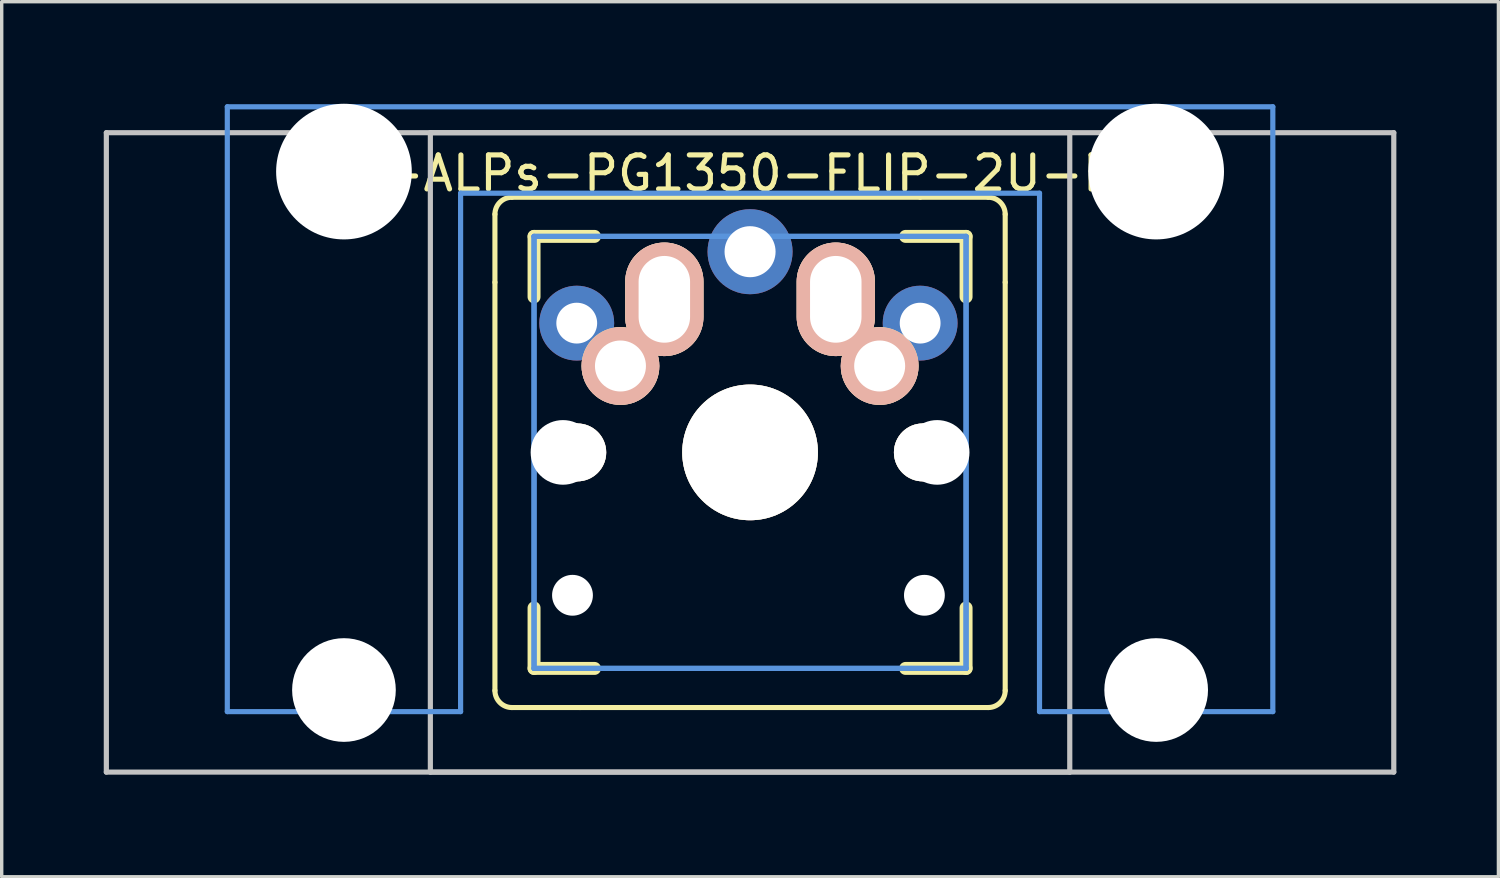
<source format=kicad_pcb>
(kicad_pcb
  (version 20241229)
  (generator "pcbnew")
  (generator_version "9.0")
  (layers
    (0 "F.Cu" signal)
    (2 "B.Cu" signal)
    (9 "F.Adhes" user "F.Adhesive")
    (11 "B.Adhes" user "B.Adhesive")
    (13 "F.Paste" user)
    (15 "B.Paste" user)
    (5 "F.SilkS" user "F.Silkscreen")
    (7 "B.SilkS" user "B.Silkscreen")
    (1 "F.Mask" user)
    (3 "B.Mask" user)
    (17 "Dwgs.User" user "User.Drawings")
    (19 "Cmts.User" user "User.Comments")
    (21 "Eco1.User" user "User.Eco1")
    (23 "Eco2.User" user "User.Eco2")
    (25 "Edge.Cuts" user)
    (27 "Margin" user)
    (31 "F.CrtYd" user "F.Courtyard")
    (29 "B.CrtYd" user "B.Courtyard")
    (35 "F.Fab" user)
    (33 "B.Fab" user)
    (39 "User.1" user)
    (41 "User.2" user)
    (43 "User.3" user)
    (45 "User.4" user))
  (footprint "MX-ALPs-PG1350-FLIP-2U-FLIP"
    (layer "F.Cu")
    (at 18.999 10.249)
    (property "Reference" "MX-ALPs-PG1350-FLIP-2U-FLIP" (at 0 -8.2 0) (layer "F.SilkS") (effects (font (size 1 1) (thickness 0.15))))
    (attr through_hole)
    (fp_line (start -7.5 -7) (end -7.5 -5) (stroke (width 0.15) (type solid)) (layer "F.SilkS"))
    (fp_line (start -7.5 7) (end -7.5 -5) (stroke (width 0.15) (type solid)) (layer "F.SilkS"))
    (fp_line (start -7 -7.5) (end 5 -7.5) (stroke (width 0.15) (type solid)) (layer "F.SilkS"))
    (fp_line (start -7 7.5) (end -5 7.5) (stroke (width 0.15) (type solid)) (layer "F.SilkS"))
    (fp_line (start -6.35 -6.35) (end -4.572 -6.35) (stroke (width 0.381) (type solid)) (layer "F.SilkS"))
    (fp_line (start -6.35 -4.572) (end -6.35 -6.35) (stroke (width 0.381) (type solid)) (layer "F.SilkS"))
    (fp_line (start -6.35 6.35) (end -6.35 4.572) (stroke (width 0.381) (type solid)) (layer "F.SilkS"))
    (fp_line (start -4.572 6.35) (end -6.35 6.35) (stroke (width 0.381) (type solid)) (layer "F.SilkS"))
    (fp_line (start 4.572 -6.35) (end 6.35 -6.35) (stroke (width 0.381) (type solid)) (layer "F.SilkS"))
    (fp_line (start 6.35 -6.35) (end 6.35 -4.572) (stroke (width 0.381) (type solid)) (layer "F.SilkS"))
    (fp_line (start 6.35 4.572) (end 6.35 6.35) (stroke (width 0.381) (type solid)) (layer "F.SilkS"))
    (fp_line (start 6.35 6.35) (end 4.572 6.35) (stroke (width 0.381) (type solid)) (layer "F.SilkS"))
    (fp_line (start 7 -7.5) (end 5 -7.5) (stroke (width 0.15) (type solid)) (layer "F.SilkS"))
    (fp_line (start 7 7.5) (end -5 7.5) (stroke (width 0.15) (type solid)) (layer "F.SilkS"))
    (fp_line (start 7.5 -7) (end 7.5 -5) (stroke (width 0.15) (type solid)) (layer "F.SilkS"))
    (fp_line (start 7.5 7) (end 7.5 -5) (stroke (width 0.15) (type solid)) (layer "F.SilkS"))
    (fp_arc (start -7.5 -7) (mid -7.353553 -7.353553) (end -7 -7.5) (stroke (width 0.15) (type solid)) (layer "F.SilkS"))
    (fp_arc (start -7 7.5) (mid -7.353553 7.353553) (end -7.5 7) (stroke (width 0.15) (type solid)) (layer "F.SilkS"))
    (fp_arc (start 7 -7.5) (mid 7.353553 -7.353553) (end 7.5 -7) (stroke (width 0.15) (type solid)) (layer "F.SilkS"))
    (fp_arc (start 7.5 7) (mid 7.353553 7.353553) (end 7 7.5) (stroke (width 0.15) (type solid)) (layer "F.SilkS"))
    (fp_line (start -18.923 -9.398) (end 18.923 -9.398) (stroke (width 0.152) (type solid)) (layer "Dwgs.User"))
    (fp_line (start -18.923 9.398) (end -18.923 -9.398) (stroke (width 0.152) (type solid)) (layer "Dwgs.User"))
    (fp_line (start -9.398 -9.398) (end 9.398 -9.398) (stroke (width 0.152) (type solid)) (layer "Dwgs.User"))
    (fp_line (start -9.398 9.398) (end -9.398 -9.398) (stroke (width 0.152) (type solid)) (layer "Dwgs.User"))
    (fp_line (start 9.398 -9.398) (end 9.398 9.398) (stroke (width 0.152) (type solid)) (layer "Dwgs.User"))
    (fp_line (start 9.398 9.398) (end -9.398 9.398) (stroke (width 0.152) (type solid)) (layer "Dwgs.User"))
    (fp_line (start 18.923 -9.398) (end 18.923 9.398) (stroke (width 0.152) (type solid)) (layer "Dwgs.User"))
    (fp_line (start 18.923 9.398) (end -18.923 9.398) (stroke (width 0.152) (type solid)) (layer "Dwgs.User"))
    (fp_line (start -15.367 -10.16) (end -15.367 7.62) (stroke (width 0.152) (type solid)) (layer "Cmts.User"))
    (fp_line (start -15.367 7.62) (end -8.509 7.62) (stroke (width 0.152) (type solid)) (layer "Cmts.User"))
    (fp_line (start -8.509 -7.62) (end 8.509 -7.62) (stroke (width 0.152) (type solid)) (layer "Cmts.User"))
    (fp_line (start -8.509 7.62) (end -8.509 -7.62) (stroke (width 0.152) (type solid)) (layer "Cmts.User"))
    (fp_line (start -6.35 -6.35) (end 6.35 -6.35) (stroke (width 0.152) (type solid)) (layer "Cmts.User"))
    (fp_line (start -6.35 -6.35) (end 6.35 -6.35) (stroke (width 0.152) (type solid)) (layer "Cmts.User"))
    (fp_line (start -6.35 6.35) (end -6.35 -6.35) (stroke (width 0.152) (type solid)) (layer "Cmts.User"))
    (fp_line (start -6.35 6.35) (end -6.35 -6.35) (stroke (width 0.152) (type solid)) (layer "Cmts.User"))
    (fp_line (start 6.35 -6.35) (end 6.35 6.35) (stroke (width 0.152) (type solid)) (layer "Cmts.User"))
    (fp_line (start 6.35 -6.35) (end 6.35 6.35) (stroke (width 0.152) (type solid)) (layer "Cmts.User"))
    (fp_line (start 6.35 6.35) (end -6.35 6.35) (stroke (width 0.152) (type solid)) (layer "Cmts.User"))
    (fp_line (start 6.35 6.35) (end -6.35 6.35) (stroke (width 0.152) (type solid)) (layer "Cmts.User"))
    (fp_line (start 8.509 -7.62) (end 8.509 7.62) (stroke (width 0.152) (type solid)) (layer "Cmts.User"))
    (fp_line (start 8.509 7.62) (end 15.367 7.62) (stroke (width 0.152) (type solid)) (layer "Cmts.User"))
    (fp_line (start 15.367 -10.16) (end -15.367 -10.16) (stroke (width 0.152) (type solid)) (layer "Cmts.User"))
    (fp_line (start 15.367 7.62) (end 15.367 -10.16) (stroke (width 0.152) (type solid)) (layer "Cmts.User"))
    (fp_line (start -16.129 -0.508) (end -15.265 -0.508) (stroke (width 0.152) (type solid)) (layer "Eco2.User"))
    (fp_line (start -16.129 2.286) (end -16.129 -0.508) (stroke (width 0.152) (type solid)) (layer "Eco2.User"))
    (fp_line (start -15.265 -6.604) (end -14.224 -6.604) (stroke (width 0.152) (type solid)) (layer "Eco2.User"))
    (fp_line (start -15.265 -0.508) (end -15.265 -6.604) (stroke (width 0.152) (type solid)) (layer "Eco2.User"))
    (fp_line (start -15.265 2.286) (end -16.129 2.286) (stroke (width 0.152) (type solid)) (layer "Eco2.User"))
    (fp_line (start -15.265 5.69) (end -15.265 2.286) (stroke (width 0.152) (type solid)) (layer "Eco2.User"))
    (fp_line (start -14.224 -7.772) (end -9.652 -7.772) (stroke (width 0.152) (type solid)) (layer "Eco2.User"))
    (fp_line (start -14.224 -6.604) (end -14.224 -7.772) (stroke (width 0.152) (type solid)) (layer "Eco2.User"))
    (fp_line (start -9.652 -7.772) (end -9.652 -6.604) (stroke (width 0.152) (type solid)) (layer "Eco2.User"))
    (fp_line (start -9.652 -6.604) (end -8.611 -6.604) (stroke (width 0.152) (type solid)) (layer "Eco2.User"))
    (fp_line (start -8.611 -6.604) (end -8.611 -5.817) (stroke (width 0.152) (type solid)) (layer "Eco2.User"))
    (fp_line (start -8.611 -5.817) (end -6.985 -5.817) (stroke (width 0.152) (type solid)) (layer "Eco2.User"))
    (fp_line (start -8.611 4.877) (end -8.611 5.69) (stroke (width 0.152) (type solid)) (layer "Eco2.User"))
    (fp_line (start -8.611 5.69) (end -15.265 5.69) (stroke (width 0.152) (type solid)) (layer "Eco2.User"))
    (fp_line (start -7.798 -6.005) (end -6.985 -6.005) (stroke (width 0.152) (type solid)) (layer "Eco2.User"))
    (fp_line (start -7.798 -2.504) (end -7.798 -6.005) (stroke (width 0.152) (type solid)) (layer "Eco2.User"))
    (fp_line (start -7.798 2.504) (end -6.985 2.504) (stroke (width 0.152) (type solid)) (layer "Eco2.User"))
    (fp_line (start -7.798 6.005) (end -7.798 2.504) (stroke (width 0.152) (type solid)) (layer "Eco2.User"))
    (fp_line (start -6.985 -6.985) (end 6.985 -6.985) (stroke (width 0.152) (type solid)) (layer "Eco2.User"))
    (fp_line (start -6.985 -6.985) (end 6.985 -6.985) (stroke (width 0.152) (type solid)) (layer "Eco2.User"))
    (fp_line (start -6.985 -6.005) (end -6.985 -6.985) (stroke (width 0.152) (type solid)) (layer "Eco2.User"))
    (fp_line (start -6.985 -5.817) (end -6.985 -6.985) (stroke (width 0.152) (type solid)) (layer "Eco2.User"))
    (fp_line (start -6.985 -2.504) (end -7.798 -2.504) (stroke (width 0.152) (type solid)) (layer "Eco2.User"))
    (fp_line (start -6.985 2.504) (end -6.985 -2.504) (stroke (width 0.152) (type solid)) (layer "Eco2.User"))
    (fp_line (start -6.985 4.877) (end -8.611 4.877) (stroke (width 0.152) (type solid)) (layer "Eco2.User"))
    (fp_line (start -6.985 6.005) (end -7.798 6.005) (stroke (width 0.152) (type solid)) (layer "Eco2.User"))
    (fp_line (start -6.985 6.985) (end -6.985 4.877) (stroke (width 0.152) (type solid)) (layer "Eco2.User"))
    (fp_line (start -6.985 6.985) (end -6.985 6.005) (stroke (width 0.152) (type solid)) (layer "Eco2.User"))
    (fp_line (start 6.985 -6.985) (end 6.985 -6.005) (stroke (width 0.152) (type solid)) (layer "Eco2.User"))
    (fp_line (start 6.985 -6.985) (end 6.985 -5.817) (stroke (width 0.152) (type solid)) (layer "Eco2.User"))
    (fp_line (start 6.985 -6.005) (end 7.798 -6.005) (stroke (width 0.152) (type solid)) (layer "Eco2.User"))
    (fp_line (start 6.985 -5.817) (end 8.611 -5.817) (stroke (width 0.152) (type solid)) (layer "Eco2.User"))
    (fp_line (start 6.985 -2.504) (end 6.985 2.504) (stroke (width 0.152) (type solid)) (layer "Eco2.User"))
    (fp_line (start 6.985 2.504) (end 7.798 2.504) (stroke (width 0.152) (type solid)) (layer "Eco2.User"))
    (fp_line (start 6.985 4.877) (end 6.985 6.985) (stroke (width 0.152) (type solid)) (layer "Eco2.User"))
    (fp_line (start 6.985 6.005) (end 6.985 6.985) (stroke (width 0.152) (type solid)) (layer "Eco2.User"))
    (fp_line (start 6.985 6.985) (end -6.985 6.985) (stroke (width 0.152) (type solid)) (layer "Eco2.User"))
    (fp_line (start 6.985 6.985) (end -6.985 6.985) (stroke (width 0.152) (type solid)) (layer "Eco2.User"))
    (fp_line (start 7.798 -6.005) (end 7.798 -2.504) (stroke (width 0.152) (type solid)) (layer "Eco2.User"))
    (fp_line (start 7.798 -2.504) (end 6.985 -2.504) (stroke (width 0.152) (type solid)) (layer "Eco2.User"))
    (fp_line (start 7.798 2.504) (end 7.798 6.005) (stroke (width 0.152) (type solid)) (layer "Eco2.User"))
    (fp_line (start 7.798 6.005) (end 6.985 6.005) (stroke (width 0.152) (type solid)) (layer "Eco2.User"))
    (fp_line (start 8.611 -6.604) (end 9.652 -6.604) (stroke (width 0.152) (type solid)) (layer "Eco2.User"))
    (fp_line (start 8.611 -5.817) (end 8.611 -6.604) (stroke (width 0.152) (type solid)) (layer "Eco2.User"))
    (fp_line (start 8.611 4.877) (end 6.985 4.877) (stroke (width 0.152) (type solid)) (layer "Eco2.User"))
    (fp_line (start 8.611 5.69) (end 8.611 4.877) (stroke (width 0.152) (type solid)) (layer "Eco2.User"))
    (fp_line (start 9.652 -7.772) (end 14.224 -7.772) (stroke (width 0.152) (type solid)) (layer "Eco2.User"))
    (fp_line (start 9.652 -6.604) (end 9.652 -7.772) (stroke (width 0.152) (type solid)) (layer "Eco2.User"))
    (fp_line (start 14.224 -7.772) (end 14.224 -6.604) (stroke (width 0.152) (type solid)) (layer "Eco2.User"))
    (fp_line (start 14.224 -6.604) (end 15.265 -6.604) (stroke (width 0.152) (type solid)) (layer "Eco2.User"))
    (fp_line (start 15.265 -6.604) (end 15.265 -0.508) (stroke (width 0.152) (type solid)) (layer "Eco2.User"))
    (fp_line (start 15.265 -0.508) (end 16.129 -0.508) (stroke (width 0.152) (type solid)) (layer "Eco2.User"))
    (fp_line (start 15.265 2.286) (end 15.265 5.69) (stroke (width 0.152) (type solid)) (layer "Eco2.User"))
    (fp_line (start 15.265 5.69) (end 8.611 5.69) (stroke (width 0.152) (type solid)) (layer "Eco2.User"))
    (fp_line (start 16.129 -0.508) (end 16.129 2.286) (stroke (width 0.152) (type solid)) (layer "Eco2.User"))
    (fp_line (start 16.129 2.286) (end 15.265 2.286) (stroke (width 0.152) (type solid)) (layer "Eco2.User"))
    (pad "" np_thru_hole circle (at -11.938 -8.255 180) (size 3.988 3.988) (drill 3.988) (layers "*.Cu"))
    (pad "" np_thru_hole circle (at -11.938 6.985 180) (size 3.048 3.048) (drill 3.048) (layers "*.Cu"))
    (pad "" np_thru_hole circle (at -5.5 0 270) (size 1.9 1.9) (drill 1.9) (layers "*.Cu" "*.Mask"))
    (pad "" np_thru_hole circle (at -5.22 4.2 270) (size 1.2 1.2) (drill 1.2) (layers "*.Cu" "*.Mask"))
    (pad "" np_thru_hole circle (at 0 0 270) (size 3.4 3.4) (drill 3.4) (layers "*.Cu" "*.Mask"))
    (pad "" np_thru_hole circle (at 5.125 4.2 270) (size 1.2 1.2) (drill 1.2) (layers "*.Cu" "*.Mask"))
    (pad "" np_thru_hole circle (at 5.5 0 270) (size 1.9 1.9) (drill 1.9) (layers "*.Cu" "*.Mask"))
    (pad "" np_thru_hole circle (at 11.938 -8.255 180) (size 3.988 3.988) (drill 3.988) (layers "*.Cu"))
    (pad "" np_thru_hole circle (at 11.938 6.985 180) (size 3.048 3.048) (drill 3.048) (layers "*.Cu"))
    (pad "1" thru_hole circle (at 0 -5.9 270) (size 2.5 2.5) (drill 1.5) (layers "*.Cu" "*.Mask"))
    (pad "1" thru_hole oval (at 2.52 -4.5) (size 2.3 3.337) (drill oval 1.513 2.55) (layers "*.Cu" "*.SilkS" "*.Mask"))
    (pad "1" thru_hole circle (at 3.81 -2.54) (size 2.286 2.286) (drill 1.499) (layers "*.Cu" "*.SilkS" "*.Mask"))
    (pad "1" thru_hole circle (at 5 -3.8 270) (size 2.2 2.2) (drill 1.2) (layers "*.Cu" "*.Mask"))
    (pad "2" thru_hole circle (at -5.095 -3.8 270) (size 2.2 2.2) (drill 1.2) (layers "*.Cu" "*.Mask"))
    (pad "2" thru_hole circle (at -3.81 -2.54) (size 2.286 2.286) (drill 1.499) (layers "*.Cu" "*.SilkS" "*.Mask"))
    (pad "2" thru_hole oval (at -2.52 -4.5) (size 2.3 3.337) (drill oval 1.513 2.55) (layers "*.Cu" "*.SilkS" "*.Mask"))
    (pad "HOLE" thru_hole circle (at -5.08 0) (size 1.702 1.702) (drill 1.702) (layers "*.Cu" "*.Mask" "F.SilkS"))
    (pad "HOLE" thru_hole circle (at 0 0) (size 3.988 3.988) (drill 3.988) (layers "*.Cu" "*.Mask" "F.SilkS"))
    (pad "HOLE" thru_hole circle (at 5.08 0) (size 1.702 1.702) (drill 1.702) (layers "*.Cu" "*.Mask" "F.SilkS")))
  (gr_rect
    (start -3 -3)
    (end 40.998 22.723)
    (stroke (width 0.1) (type default))
    (fill no)
    (layer "Edge.Cuts")))
</source>
